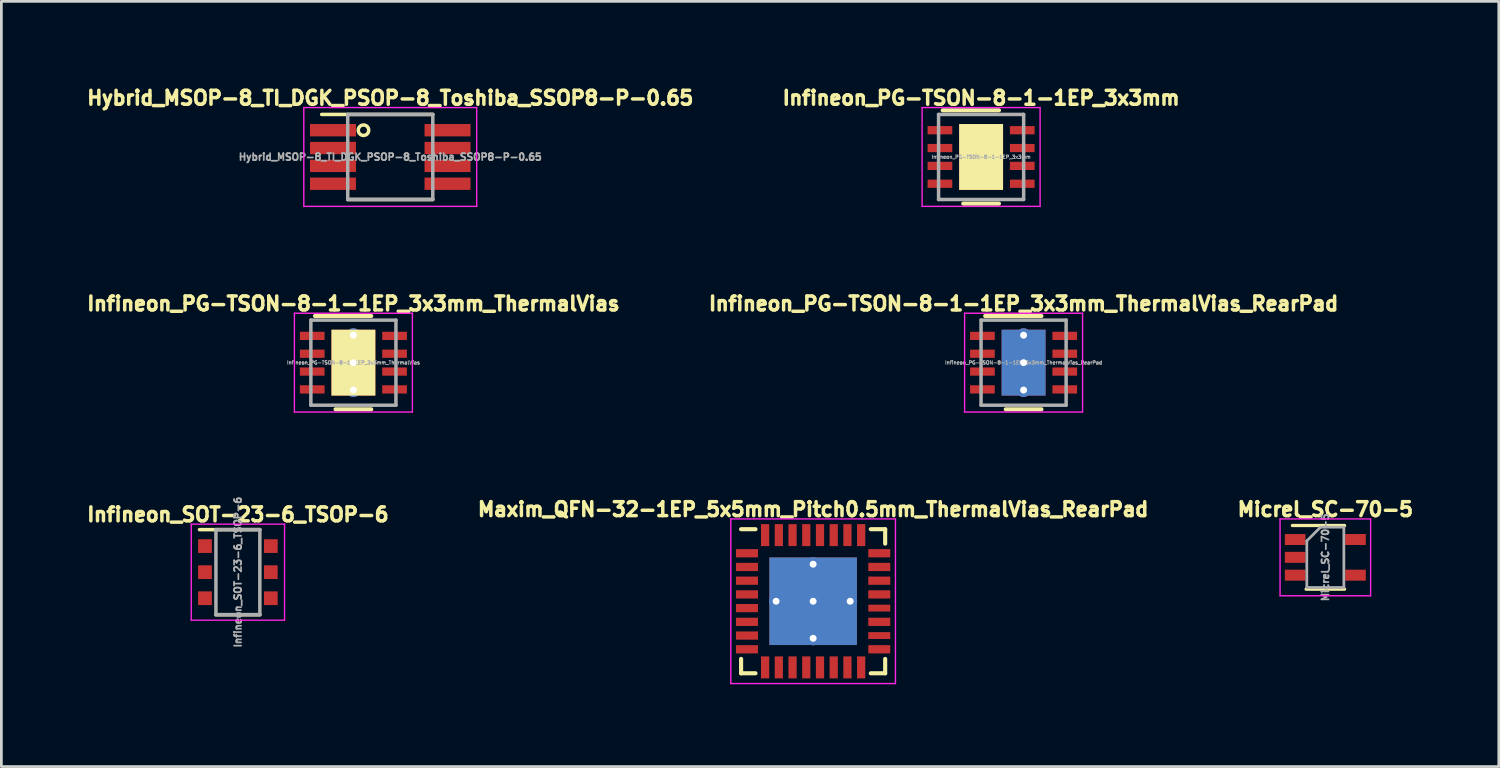
<source format=kicad_pcb>
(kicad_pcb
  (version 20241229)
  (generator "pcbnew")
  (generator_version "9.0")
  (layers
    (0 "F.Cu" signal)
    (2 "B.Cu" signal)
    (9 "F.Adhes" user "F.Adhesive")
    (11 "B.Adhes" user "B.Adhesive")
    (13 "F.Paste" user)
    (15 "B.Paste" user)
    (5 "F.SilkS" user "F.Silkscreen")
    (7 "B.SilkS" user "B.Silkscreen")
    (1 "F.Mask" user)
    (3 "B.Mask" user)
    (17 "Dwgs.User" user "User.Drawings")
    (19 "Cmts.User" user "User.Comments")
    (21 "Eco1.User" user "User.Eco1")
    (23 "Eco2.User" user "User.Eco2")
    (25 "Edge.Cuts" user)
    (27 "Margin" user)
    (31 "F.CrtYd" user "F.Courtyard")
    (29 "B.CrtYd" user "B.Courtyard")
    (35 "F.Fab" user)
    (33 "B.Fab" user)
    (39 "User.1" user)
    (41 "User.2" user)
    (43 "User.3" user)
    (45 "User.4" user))
  (footprint "Hybrid_MSOP-8_TI_DGK_PSOP-8_Toshiba_SSOP8-P-0.65"
    (layer "F.Cu")
    (at 11.171 2.67)
    (property "Reference" "Hybrid_MSOP-8_TI_DGK_PSOP-8_Toshiba_SSOP8-P-0.65" (at 0 -2.15 0) (layer "F.SilkS") (effects (font (size 0.508 0.508) (thickness 0.127))))
    (attr through_hole)
    (fp_line (start -2.5 -1.55) (end 1.55 -1.55) (stroke (width 0.127) (type solid)) (layer "F.SilkS"))
    (fp_line (start 1.55 1.55) (end -1.55 1.55) (stroke (width 0.127) (type solid)) (layer "F.SilkS"))
    (fp_circle (center -0.975 -0.975) (end -0.8 -0.9) (stroke (width 0.127) (type solid)) (fill no) (layer "F.SilkS"))
    (fp_line (start -3.15 -1.8) (end 3.15 -1.8) (stroke (width 0.05) (type solid)) (layer "F.CrtYd"))
    (fp_line (start -3.15 1.8) (end -3.15 -1.8) (stroke (width 0.05) (type solid)) (layer "F.CrtYd"))
    (fp_line (start -3.15 1.8) (end 3.15 1.8) (stroke (width 0.05) (type solid)) (layer "F.CrtYd"))
    (fp_line (start 3.15 1.8) (end 3.15 -1.8) (stroke (width 0.05) (type solid)) (layer "F.CrtYd"))
    (fp_line (start -1.55 -1.55) (end 1.55 -1.55) (stroke (width 0.127) (type solid)) (layer "F.Fab"))
    (fp_line (start -1.55 1.55) (end -1.55 -1.55) (stroke (width 0.127) (type solid)) (layer "F.Fab"))
    (fp_line (start 1.55 -1.55) (end 1.55 1.55) (stroke (width 0.127) (type solid)) (layer "F.Fab"))
    (fp_line (start 1.55 1.55) (end -1.55 1.55) (stroke (width 0.127) (type solid)) (layer "F.Fab"))
    (fp_text user "${REFERENCE}" (at 0 0 0) (layer "F.Fab") (effects (font (size 0.254 0.254) (thickness 0.064))))
    (pad "1" smd rect (at -2.087 -0.975) (size 1.675 0.45) (layers "F.Cu" "F.Mask" "F.Paste"))
    (pad "2" smd rect (at -2.087 -0.325) (size 1.675 0.45) (layers "F.Cu" "F.Mask" "F.Paste"))
    (pad "3" smd rect (at -2.087 0.325) (size 1.675 0.45) (layers "F.Cu" "F.Mask" "F.Paste"))
    (pad "4" smd rect (at -2.087 0.975) (size 1.675 0.45) (layers "F.Cu" "F.Mask" "F.Paste"))
    (pad "5" smd rect (at 2.087 0.975) (size 1.675 0.45) (layers "F.Cu" "F.Mask" "F.Paste"))
    (pad "6" smd rect (at 2.087 0.325) (size 1.675 0.45) (layers "F.Cu" "F.Mask" "F.Paste"))
    (pad "7" smd rect (at 2.087 -0.325) (size 1.675 0.45) (layers "F.Cu" "F.Mask" "F.Paste"))
    (pad "8" smd rect (at 2.087 -0.975) (size 1.675 0.45) (layers "F.Cu" "F.Mask" "F.Paste")))
  (footprint "Maxim_QFN-32-1EP_5x5mm_Pitch0.5mm_ThermalVias_RearPad"
    (layer "F.Cu")
    (at 26.581 18.86)
    (property "Reference" "Maxim_QFN-32-1EP_5x5mm_Pitch0.5mm_ThermalVias_RearPad" (at 0 -3.35 0) (layer "F.SilkS") (effects (font (size 0.508 0.508) (thickness 0.127))))
    (attr smd)
    (fp_line (start -2.625 -2.625) (end -2.1 -2.625) (stroke (width 0.15) (type solid)) (layer "F.SilkS"))
    (fp_line (start -2.625 2.625) (end -2.625 2.1) (stroke (width 0.15) (type solid)) (layer "F.SilkS"))
    (fp_line (start -2.625 2.625) (end -2.1 2.625) (stroke (width 0.15) (type solid)) (layer "F.SilkS"))
    (fp_line (start 2.625 -2.625) (end 2.1 -2.625) (stroke (width 0.15) (type solid)) (layer "F.SilkS"))
    (fp_line (start 2.625 -2.625) (end 2.625 -2.1) (stroke (width 0.15) (type solid)) (layer "F.SilkS"))
    (fp_line (start 2.625 2.625) (end 2.1 2.625) (stroke (width 0.15) (type solid)) (layer "F.SilkS"))
    (fp_line (start 2.625 2.625) (end 2.625 2.1) (stroke (width 0.15) (type solid)) (layer "F.SilkS"))
    (fp_line (start -3 -3) (end -3 3) (stroke (width 0.05) (type solid)) (layer "F.CrtYd"))
    (fp_line (start -3 -3) (end 3 -3) (stroke (width 0.05) (type solid)) (layer "F.CrtYd"))
    (fp_line (start -3 3) (end 3 3) (stroke (width 0.05) (type solid)) (layer "F.CrtYd"))
    (fp_line (start 3 -3) (end 3 3) (stroke (width 0.05) (type solid)) (layer "F.CrtYd"))
    (pad "" smd rect (at -0.797 -0.797) (size 1.595 1.595) (layers "F.Paste"))
    (pad "" smd rect (at -0.797 0.797) (size 1.595 1.595) (layers "F.Paste"))
    (pad "" smd rect (at 0.797 -0.797) (size 1.595 1.595) (layers "F.Paste"))
    (pad "" smd rect (at 0.797 0.797) (size 1.595 1.595) (layers "F.Paste"))
    (pad "1" smd rect (at -2.41 -1.75) (size 0.8 0.3) (layers "F.Cu" "F.Mask" "F.Paste"))
    (pad "2" smd rect (at -2.41 -1.25) (size 0.8 0.3) (layers "F.Cu" "F.Mask" "F.Paste"))
    (pad "3" smd rect (at -2.41 -0.75) (size 0.8 0.3) (layers "F.Cu" "F.Mask" "F.Paste"))
    (pad "4" smd rect (at -2.41 -0.25) (size 0.8 0.3) (layers "F.Cu" "F.Mask" "F.Paste"))
    (pad "5" smd rect (at -2.41 0.25) (size 0.8 0.3) (layers "F.Cu" "F.Mask" "F.Paste"))
    (pad "6" smd rect (at -2.41 0.75) (size 0.8 0.3) (layers "F.Cu" "F.Mask" "F.Paste"))
    (pad "7" smd rect (at -2.41 1.25) (size 0.8 0.3) (layers "F.Cu" "F.Mask" "F.Paste"))
    (pad "8" smd rect (at -2.41 1.75) (size 0.8 0.3) (layers "F.Cu" "F.Mask" "F.Paste"))
    (pad "9" smd rect (at -1.75 2.41 90) (size 0.8 0.3) (layers "F.Cu" "F.Mask" "F.Paste"))
    (pad "10" smd rect (at -1.25 2.41 90) (size 0.8 0.3) (layers "F.Cu" "F.Mask" "F.Paste"))
    (pad "11" smd rect (at -0.75 2.41 90) (size 0.8 0.3) (layers "F.Cu" "F.Mask" "F.Paste"))
    (pad "12" smd rect (at -0.25 2.41 90) (size 0.8 0.3) (layers "F.Cu" "F.Mask" "F.Paste"))
    (pad "13" smd rect (at 0.25 2.41 90) (size 0.8 0.3) (layers "F.Cu" "F.Mask" "F.Paste"))
    (pad "14" smd rect (at 0.75 2.41 90) (size 0.8 0.3) (layers "F.Cu" "F.Mask" "F.Paste"))
    (pad "15" smd rect (at 1.25 2.41 90) (size 0.8 0.3) (layers "F.Cu" "F.Mask" "F.Paste"))
    (pad "16" smd rect (at 1.75 2.41 90) (size 0.8 0.3) (layers "F.Cu" "F.Mask" "F.Paste"))
    (pad "17" smd rect (at 2.41 1.75) (size 0.8 0.3) (layers "F.Cu" "F.Mask" "F.Paste"))
    (pad "18" smd rect (at 2.41 1.25) (size 0.8 0.25) (layers "F.Cu" "F.Mask" "F.Paste"))
    (pad "19" smd rect (at 2.41 0.75) (size 0.8 0.3) (layers "F.Cu" "F.Mask" "F.Paste"))
    (pad "20" smd rect (at 2.41 0.25) (size 0.8 0.25) (layers "F.Cu" "F.Mask" "F.Paste"))
    (pad "21" smd rect (at 2.41 -0.25) (size 0.8 0.3) (layers "F.Cu" "F.Mask" "F.Paste"))
    (pad "22" smd rect (at 2.41 -0.75) (size 0.8 0.3) (layers "F.Cu" "F.Mask" "F.Paste"))
    (pad "23" smd rect (at 2.41 -1.25) (size 0.8 0.3) (layers "F.Cu" "F.Mask" "F.Paste"))
    (pad "24" smd rect (at 2.41 -1.75) (size 0.8 0.3) (layers "F.Cu" "F.Mask" "F.Paste"))
    (pad "25" smd rect (at 1.75 -2.41 90) (size 0.8 0.3) (layers "F.Cu" "F.Mask" "F.Paste"))
    (pad "26" smd rect (at 1.25 -2.41 90) (size 0.8 0.3) (layers "F.Cu" "F.Mask" "F.Paste"))
    (pad "27" smd rect (at 0.75 -2.41 90) (size 0.8 0.3) (layers "F.Cu" "F.Mask" "F.Paste"))
    (pad "28" smd rect (at 0.25 -2.41 90) (size 0.8 0.3) (layers "F.Cu" "F.Mask" "F.Paste"))
    (pad "29" smd rect (at -0.25 -2.41 90) (size 0.8 0.3) (layers "F.Cu" "F.Mask" "F.Paste"))
    (pad "30" smd rect (at -0.75 -2.41 90) (size 0.8 0.3) (layers "F.Cu" "F.Mask" "F.Paste"))
    (pad "31" smd rect (at -1.25 -2.41 90) (size 0.8 0.3) (layers "F.Cu" "F.Mask" "F.Paste"))
    (pad "32" smd rect (at -1.75 -2.41 90) (size 0.8 0.3) (layers "F.Cu" "F.Mask" "F.Paste"))
    (pad "33" thru_hole circle (at -1.35 0) (size 0.508 0.508) (drill 0.254) (layers "*.Cu"))
    (pad "33" thru_hole circle (at 0 -1.35) (size 0.508 0.508) (drill 0.254) (layers "*.Cu"))
    (pad "33" thru_hole circle (at 0 0) (size 0.508 0.508) (drill 0.254) (layers "*.Cu"))
    (pad "33" smd rect (at 0 0) (size 3.19 3.19) (layers "F.Cu" "F.Mask"))
    (pad "33" smd rect (at 0 0) (size 3.19 3.19) (layers "B.Cu" "B.Mask"))
    (pad "33" thru_hole circle (at 0 1.35) (size 0.508 0.508) (drill 0.254) (layers "*.Cu"))
    (pad "33" thru_hole circle (at 1.35 0) (size 0.508 0.508) (drill 0.254) (layers "*.Cu")))
  (footprint "Micrel_SC-70-5"
    (layer "F.Cu")
    (at 45.246 17.26)
    (property "Reference" "Micrel_SC-70-5" (at 0 -1.75 0) (layer "F.SilkS") (effects (font (size 0.508 0.508) (thickness 0.127))))
    (attr smd)
    (fp_line (start -0.7 1.16) (end 0.7 1.16) (stroke (width 0.12) (type solid)) (layer "F.SilkS"))
    (fp_line (start 0.7 -1.16) (end -1.2 -1.16) (stroke (width 0.12) (type solid)) (layer "F.SilkS"))
    (fp_line (start -1.65 -1.4) (end -1.65 1.4) (stroke (width 0.05) (type solid)) (layer "F.CrtYd"))
    (fp_line (start -1.65 -1.4) (end 1.65 -1.4) (stroke (width 0.05) (type solid)) (layer "F.CrtYd"))
    (fp_line (start -1.65 1.4) (end 1.65 1.4) (stroke (width 0.05) (type solid)) (layer "F.CrtYd"))
    (fp_line (start 1.65 1.4) (end 1.65 -1.4) (stroke (width 0.05) (type solid)) (layer "F.CrtYd"))
    (fp_line (start -0.675 -0.6) (end -0.675 1.1) (stroke (width 0.1) (type solid)) (layer "F.Fab"))
    (fp_line (start -0.175 -1.1) (end -0.675 -0.6) (stroke (width 0.1) (type solid)) (layer "F.Fab"))
    (fp_line (start 0.675 -1.1) (end -0.175 -1.1) (stroke (width 0.1) (type solid)) (layer "F.Fab"))
    (fp_line (start 0.675 -1.1) (end 0.675 1.1) (stroke (width 0.1) (type solid)) (layer "F.Fab"))
    (fp_line (start 0.675 1.1) (end -0.675 1.1) (stroke (width 0.1) (type solid)) (layer "F.Fab"))
    (fp_text user "${REFERENCE}" (at 0 0 90) (layer "F.Fab") (effects (font (size 0.254 0.254) (thickness 0.064))))
    (pad "1" smd rect (at -1.1 -0.65) (size 0.75 0.4) (layers "F.Cu" "F.Mask" "F.Paste"))
    (pad "2" smd rect (at -1.1 0) (size 0.75 0.4) (layers "F.Cu" "F.Mask" "F.Paste"))
    (pad "3" smd rect (at -1.1 0.65) (size 0.75 0.4) (layers "F.Cu" "F.Mask" "F.Paste"))
    (pad "4" smd rect (at 1.1 0.65) (size 0.75 0.4) (layers "F.Cu" "F.Mask" "F.Paste"))
    (pad "5" smd rect (at 1.1 -0.65) (size 0.75 0.4) (layers "F.Cu" "F.Mask" "F.Paste")))
  (footprint "Infineon_PG-TSON-8-1-1EP_3x3mm_ThermalVias_RearPad"
    (layer "F.Cu")
    (at 34.25 10.165)
    (property "Reference" "Infineon_PG-TSON-8-1-1EP_3x3mm_ThermalVias_RearPad" (at 0 -2.15 0) (layer "F.SilkS") (effects (font (size 0.508 0.508) (thickness 0.127))))
    (attr smd)
    (fp_line (start -1.4 -1.7) (end 0.65 -1.7) (stroke (width 0.15) (type solid)) (layer "F.SilkS"))
    (fp_line (start -0.65 1.7) (end 0.65 1.7) (stroke (width 0.15) (type solid)) (layer "F.SilkS"))
    (fp_line (start -2.15 -1.8) (end -2.15 1.8) (stroke (width 0.05) (type solid)) (layer "F.CrtYd"))
    (fp_line (start -2.15 -1.8) (end 2.15 -1.8) (stroke (width 0.05) (type solid)) (layer "F.CrtYd"))
    (fp_line (start -2.15 1.8) (end 2.15 1.8) (stroke (width 0.05) (type solid)) (layer "F.CrtYd"))
    (fp_line (start 2.15 -1.8) (end 2.15 1.8) (stroke (width 0.05) (type solid)) (layer "F.CrtYd"))
    (fp_line (start -1.55 -1.55) (end 1.55 -1.55) (stroke (width 0.127) (type solid)) (layer "F.Fab"))
    (fp_line (start -1.55 1.55) (end -1.55 -1.55) (stroke (width 0.127) (type solid)) (layer "F.Fab"))
    (fp_line (start 1.55 -1.55) (end 1.55 1.55) (stroke (width 0.127) (type solid)) (layer "F.Fab"))
    (fp_line (start 1.55 1.55) (end -1.55 1.55) (stroke (width 0.127) (type solid)) (layer "F.Fab"))
    (fp_text user "${REFERENCE}" (at 0 0 0) (layer "F.Fab") (effects (font (size 0.127 0.127) (thickness 0.032))))
    (pad "" smd rect (at -0.4 -0.6) (size 0.6 1) (layers "F.Paste"))
    (pad "" smd rect (at -0.4 0.6) (size 0.6 1) (layers "F.Paste"))
    (pad "" smd rect (at 0.4 -0.6) (size 0.6 1) (layers "F.Paste"))
    (pad "1" smd rect (at -1.5 -0.975) (size 0.9 0.3) (layers "F.Cu" "F.Mask" "F.Paste"))
    (pad "2" smd rect (at -1.5 -0.325) (size 0.9 0.3) (layers "F.Cu" "F.Mask" "F.Paste"))
    (pad "3" smd rect (at -1.5 0.325) (size 0.9 0.3) (layers "F.Cu" "F.Mask" "F.Paste"))
    (pad "4" smd rect (at -1.5 0.975) (size 0.9 0.3) (layers "F.Cu" "F.Mask" "F.Paste"))
    (pad "5" smd rect (at 1.5 0.975) (size 0.9 0.3) (layers "F.Cu" "F.Mask" "F.Paste"))
    (pad "6" smd rect (at 1.5 0.325) (size 0.9 0.3) (layers "F.Cu" "F.Mask" "F.Paste"))
    (pad "7" smd rect (at 1.5 -0.325) (size 0.9 0.3) (layers "F.Cu" "F.Mask" "F.Paste"))
    (pad "8" smd rect (at 1.5 -0.975) (size 0.9 0.3) (layers "F.Cu" "F.Mask" "F.Paste"))
    (pad "9" thru_hole circle (at 0 -1) (size 0.508 0.508) (drill 0.254) (layers "*.Cu"))
    (pad "9" smd rect (at 0 -0.825) (size 0.9 0.35) (layers "F.Cu"))
    (pad "9" thru_hole circle (at 0 0) (size 0.508 0.508) (drill 0.254) (layers "*.Cu"))
    (pad "9" smd rect (at 0 0) (size 1.6 2.4) (layers "F.Cu" "F.Mask"))
    (pad "9" smd rect (at 0 0) (size 1.6 2.4) (layers "B.Cu" "B.Mask"))
    (pad "9" smd rect (at 0 0.825) (size 0.9 0.35) (layers "F.Cu"))
    (pad "9" thru_hole circle (at 0 1) (size 0.508 0.508) (drill 0.254) (layers "*.Cu")))
  (footprint "Infineon_SOT-23-6_TSOP-6"
    (layer "F.Cu")
    (at 5.619 17.8)
    (property "Reference" "Infineon_SOT-23-6_TSOP-6" (at 0 -2.1 0) (layer "F.SilkS") (effects (font (size 0.508 0.508) (thickness 0.127))))
    (attr smd)
    (fp_line (start 0.8 -1.55) (end -1.4 -1.55) (stroke (width 0.127) (type solid)) (layer "F.SilkS"))
    (fp_line (start 0.8 1.55) (end -0.8 1.55) (stroke (width 0.127) (type solid)) (layer "F.SilkS"))
    (fp_line (start -1.7 -1.75) (end 1.7 -1.75) (stroke (width 0.05) (type solid)) (layer "F.CrtYd"))
    (fp_line (start -1.7 1.75) (end -1.7 -1.75) (stroke (width 0.05) (type solid)) (layer "F.CrtYd"))
    (fp_line (start 1.7 -1.75) (end 1.7 1.75) (stroke (width 0.05) (type solid)) (layer "F.CrtYd"))
    (fp_line (start 1.7 1.75) (end -1.7 1.75) (stroke (width 0.05) (type solid)) (layer "F.CrtYd"))
    (fp_line (start -0.8 -1.55) (end -0.8 1.55) (stroke (width 0.127) (type solid)) (layer "F.Fab"))
    (fp_line (start -0.8 -1.55) (end 0.8 -1.55) (stroke (width 0.127) (type solid)) (layer "F.Fab"))
    (fp_line (start -0.8 1.55) (end 0.8 1.55) (stroke (width 0.127) (type solid)) (layer "F.Fab"))
    (fp_line (start 0.8 -1.55) (end 0.8 1.55) (stroke (width 0.127) (type solid)) (layer "F.Fab"))
    (fp_text user "${REFERENCE}" (at 0 0 90) (layer "F.Fab") (effects (font (size 0.254 0.254) (thickness 0.064))))
    (pad "1" smd rect (at -1.2 -0.95) (size 0.5 0.5) (layers "F.Cu" "F.Mask" "F.Paste"))
    (pad "2" smd rect (at -1.2 0) (size 0.5 0.5) (layers "F.Cu" "F.Mask" "F.Paste"))
    (pad "3" smd rect (at -1.2 0.95) (size 0.5 0.5) (layers "F.Cu" "F.Mask" "F.Paste"))
    (pad "4" smd rect (at 1.2 0.95) (size 0.5 0.5) (layers "F.Cu" "F.Mask" "F.Paste"))
    (pad "5" smd rect (at 1.2 0) (size 0.5 0.5) (layers "F.Cu" "F.Mask" "F.Paste"))
    (pad "6" smd rect (at 1.2 -0.95) (size 0.5 0.5) (layers "F.Cu" "F.Mask" "F.Paste")))
  (footprint "Infineon_PG-TSON-8-1-1EP_3x3mm_ThermalVias"
    (layer "F.Cu")
    (at 9.828 10.165)
    (property "Reference" "Infineon_PG-TSON-8-1-1EP_3x3mm_ThermalVias" (at 0 -2.15 0) (layer "F.SilkS") (effects (font (size 0.508 0.508) (thickness 0.127))))
    (attr smd)
    (fp_line (start -1.4 -1.7) (end 0.65 -1.7) (stroke (width 0.15) (type solid)) (layer "F.SilkS"))
    (fp_line (start -0.65 1.7) (end 0.65 1.7) (stroke (width 0.15) (type solid)) (layer "F.SilkS"))
    (fp_line (start -2.15 -1.8) (end -2.15 1.8) (stroke (width 0.05) (type solid)) (layer "F.CrtYd"))
    (fp_line (start -2.15 -1.8) (end 2.15 -1.8) (stroke (width 0.05) (type solid)) (layer "F.CrtYd"))
    (fp_line (start -2.15 1.8) (end 2.15 1.8) (stroke (width 0.05) (type solid)) (layer "F.CrtYd"))
    (fp_line (start 2.15 -1.8) (end 2.15 1.8) (stroke (width 0.05) (type solid)) (layer "F.CrtYd"))
    (fp_line (start -1.55 -1.55) (end 1.55 -1.55) (stroke (width 0.127) (type solid)) (layer "F.Fab"))
    (fp_line (start -1.55 1.55) (end -1.55 -1.55) (stroke (width 0.127) (type solid)) (layer "F.Fab"))
    (fp_line (start 1.55 -1.55) (end 1.55 1.55) (stroke (width 0.127) (type solid)) (layer "F.Fab"))
    (fp_line (start 1.55 1.55) (end -1.55 1.55) (stroke (width 0.127) (type solid)) (layer "F.Fab"))
    (fp_text user "${REFERENCE}" (at 0 0 0) (layer "F.Fab") (effects (font (size 0.127 0.127) (thickness 0.032))))
    (pad "" smd rect (at -0.4 -0.6) (size 0.6 1) (layers "F.Paste"))
    (pad "" smd rect (at -0.4 0.6) (size 0.6 1) (layers "F.Paste"))
    (pad "" smd rect (at 0.4 -0.6) (size 0.6 1) (layers "F.Paste"))
    (pad "" smd rect (at 0.4 0.6) (size 0.6 1) (layers "F.Paste"))
    (pad "1" smd rect (at -1.5 -0.975) (size 0.9 0.3) (layers "F.Cu" "F.Mask" "F.Paste"))
    (pad "2" smd rect (at -1.5 -0.325) (size 0.9 0.3) (layers "F.Cu" "F.Mask" "F.Paste"))
    (pad "3" smd rect (at -1.5 0.325) (size 0.9 0.3) (layers "F.Cu" "F.Mask" "F.Paste"))
    (pad "4" smd rect (at -1.5 0.975) (size 0.9 0.3) (layers "F.Cu" "F.Mask" "F.Paste"))
    (pad "5" smd rect (at 1.5 0.975) (size 0.9 0.3) (layers "F.Cu" "F.Mask" "F.Paste"))
    (pad "6" smd rect (at 1.5 0.325) (size 0.9 0.3) (layers "F.Cu" "F.Mask" "F.Paste"))
    (pad "7" smd rect (at 1.5 -0.325) (size 0.9 0.3) (layers "F.Cu" "F.Mask" "F.Paste"))
    (pad "8" smd rect (at 1.5 -0.975) (size 0.9 0.3) (layers "F.Cu" "F.Mask" "F.Paste"))
    (pad "9" thru_hole circle (at 0 -1) (size 0.508 0.508) (drill 0.254) (layers "*.Cu"))
    (pad "9" thru_hole circle (at 0 0) (size 0.508 0.508) (drill 0.254) (layers "*.Cu"))
    (pad "9" smd rect (at 0 0) (size 1.6 2.4) (layers "F.Cu" "F.SilkS"))
    (pad "9" thru_hole circle (at 0 1) (size 0.508 0.508) (drill 0.254) (layers "*.Cu")))
  (footprint "Infineon_PG-TSON-8-1-1EP_3x3mm"
    (layer "F.Cu")
    (at 32.702 2.67)
    (property "Reference" "Infineon_PG-TSON-8-1-1EP_3x3mm" (at 0 -2.15 0) (layer "F.SilkS") (effects (font (size 0.508 0.508) (thickness 0.127))))
    (attr smd)
    (fp_line (start -1.4 -1.7) (end 0.65 -1.7) (stroke (width 0.15) (type solid)) (layer "F.SilkS"))
    (fp_line (start -0.65 1.7) (end 0.65 1.7) (stroke (width 0.15) (type solid)) (layer "F.SilkS"))
    (fp_line (start -2.15 -1.8) (end -2.15 1.8) (stroke (width 0.05) (type solid)) (layer "F.CrtYd"))
    (fp_line (start -2.15 -1.8) (end 2.15 -1.8) (stroke (width 0.05) (type solid)) (layer "F.CrtYd"))
    (fp_line (start -2.15 1.8) (end 2.15 1.8) (stroke (width 0.05) (type solid)) (layer "F.CrtYd"))
    (fp_line (start 2.15 -1.8) (end 2.15 1.8) (stroke (width 0.05) (type solid)) (layer "F.CrtYd"))
    (fp_line (start -1.55 -1.55) (end 1.55 -1.55) (stroke (width 0.127) (type solid)) (layer "F.Fab"))
    (fp_line (start -1.55 1.55) (end -1.55 -1.55) (stroke (width 0.127) (type solid)) (layer "F.Fab"))
    (fp_line (start 1.55 -1.55) (end 1.55 1.55) (stroke (width 0.127) (type solid)) (layer "F.Fab"))
    (fp_line (start 1.55 1.55) (end -1.55 1.55) (stroke (width 0.127) (type solid)) (layer "F.Fab"))
    (fp_text user "${REFERENCE}" (at 0 0 0) (layer "F.Fab") (effects (font (size 0.127 0.127) (thickness 0.032))))
    (pad "" smd rect (at -0.4 -0.6) (size 0.6 1) (layers "F.Paste"))
    (pad "" smd rect (at -0.4 0.6) (size 0.6 1) (layers "F.Paste"))
    (pad "" smd rect (at 0.4 -0.6) (size 0.6 1) (layers "F.Paste"))
    (pad "" smd rect (at 0.4 0.6) (size 0.6 1) (layers "F.Paste"))
    (pad "1" smd rect (at -1.5 -0.975) (size 0.9 0.3) (layers "F.Cu" "F.Mask" "F.Paste"))
    (pad "2" smd rect (at -1.5 -0.325) (size 0.9 0.3) (layers "F.Cu" "F.Mask" "F.Paste"))
    (pad "3" smd rect (at -1.5 0.325) (size 0.9 0.3) (layers "F.Cu" "F.Mask" "F.Paste"))
    (pad "4" smd rect (at -1.5 0.975) (size 0.9 0.3) (layers "F.Cu" "F.Mask" "F.Paste"))
    (pad "5" smd rect (at 1.5 0.975) (size 0.9 0.3) (layers "F.Cu" "F.Mask" "F.Paste"))
    (pad "6" smd rect (at 1.5 0.325) (size 0.9 0.3) (layers "F.Cu" "F.Mask" "F.Paste"))
    (pad "7" smd rect (at 1.5 -0.325) (size 0.9 0.3) (layers "F.Cu" "F.Mask" "F.Paste"))
    (pad "8" smd rect (at 1.5 -0.975) (size 0.9 0.3) (layers "F.Cu" "F.Mask" "F.Paste"))
    (pad "9" smd rect (at 0 0) (size 1.6 2.4) (layers "F.Cu" "F.SilkS")))
  (gr_rect
    (start -3 -3)
    (end 51.567 24.885)
    (stroke (width 0.1) (type default))
    (fill no)
    (layer "Edge.Cuts")))
</source>
